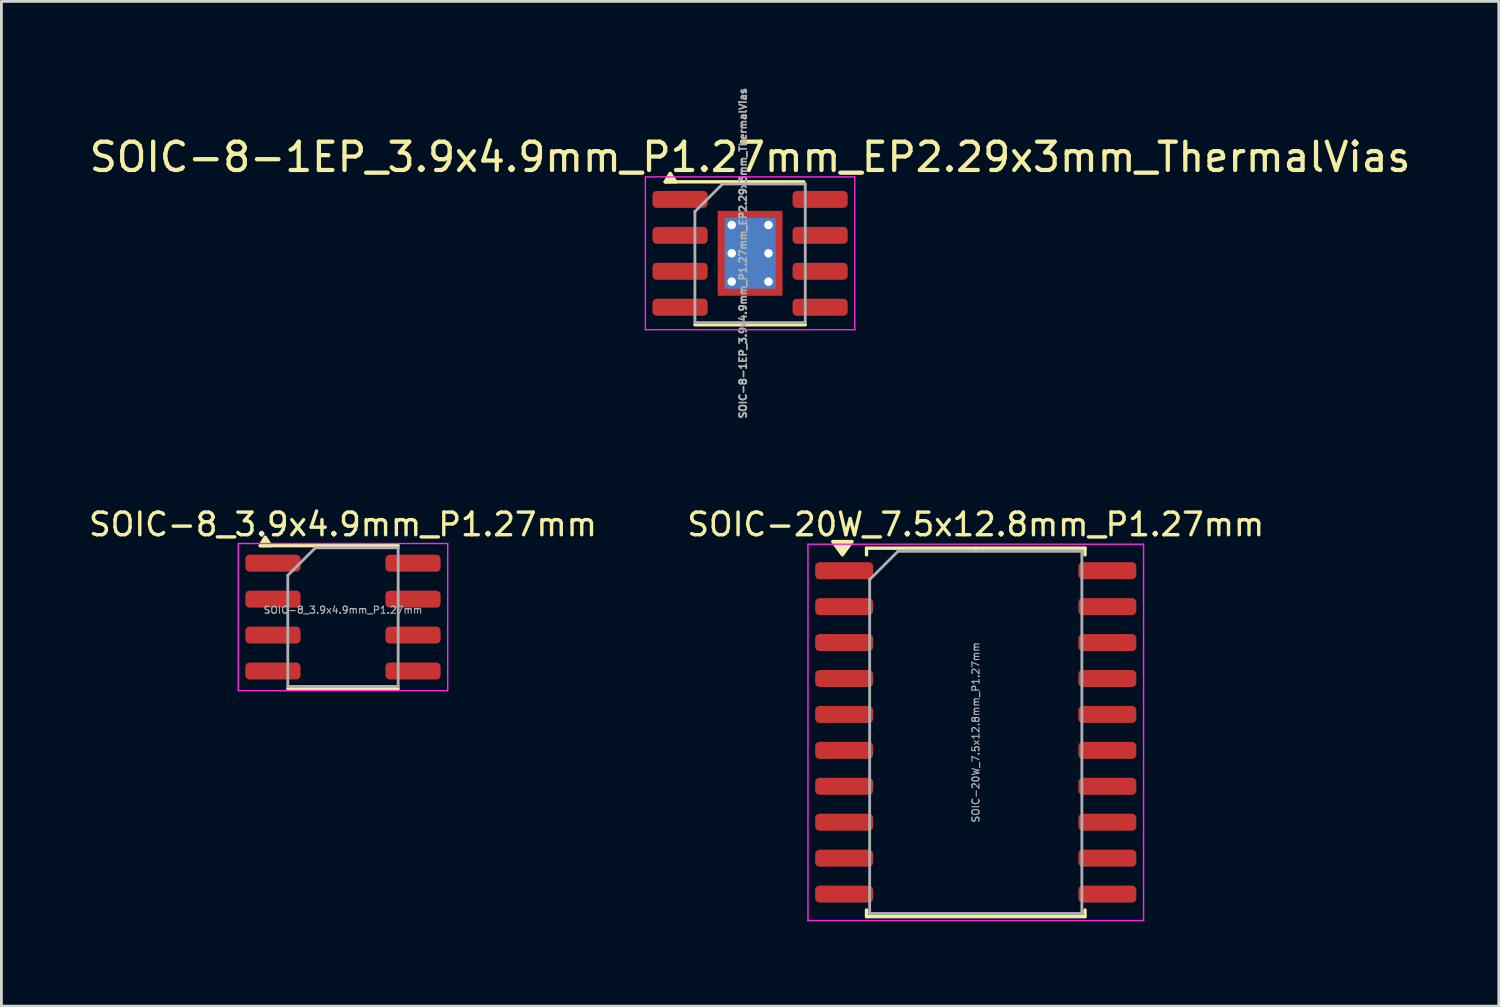
<source format=kicad_pcb>
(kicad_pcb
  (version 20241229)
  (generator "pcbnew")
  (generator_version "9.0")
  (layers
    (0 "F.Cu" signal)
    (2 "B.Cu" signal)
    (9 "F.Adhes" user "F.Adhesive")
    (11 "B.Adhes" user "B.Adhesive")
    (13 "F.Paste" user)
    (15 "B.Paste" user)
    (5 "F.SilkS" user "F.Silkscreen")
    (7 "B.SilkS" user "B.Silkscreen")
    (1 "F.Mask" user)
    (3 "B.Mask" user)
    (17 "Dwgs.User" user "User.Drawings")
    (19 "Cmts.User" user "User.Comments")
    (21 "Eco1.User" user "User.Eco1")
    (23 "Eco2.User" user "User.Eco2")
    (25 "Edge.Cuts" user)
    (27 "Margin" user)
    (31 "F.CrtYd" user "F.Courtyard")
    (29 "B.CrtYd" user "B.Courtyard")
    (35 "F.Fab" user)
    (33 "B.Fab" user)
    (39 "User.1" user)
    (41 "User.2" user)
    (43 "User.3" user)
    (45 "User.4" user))
  (footprint "SOIC-20W_7.5x12.8mm_P1.27mm"
    (layer "F.Cu")
    (at 31.433 22.833)
    (property "Reference" "SOIC-20W_7.5x12.8mm_P1.27mm" (at 0 -7.35 0) (layer "F.SilkS") (effects (font (size 0.8 0.8) (thickness 0.12))))
    (attr smd)
    (fp_line (start -3.86 -6.51) (end -3.86 -6.275) (stroke (width 0.12) (type solid)) (layer "F.SilkS"))
    (fp_line (start -3.86 6.51) (end -3.86 6.275) (stroke (width 0.12) (type solid)) (layer "F.SilkS"))
    (fp_line (start 0 -6.51) (end -3.86 -6.51) (stroke (width 0.12) (type solid)) (layer "F.SilkS"))
    (fp_line (start 0 -6.51) (end 3.86 -6.51) (stroke (width 0.12) (type solid)) (layer "F.SilkS"))
    (fp_line (start 0 6.51) (end -3.86 6.51) (stroke (width 0.12) (type solid)) (layer "F.SilkS"))
    (fp_line (start 0 6.51) (end 3.86 6.51) (stroke (width 0.12) (type solid)) (layer "F.SilkS"))
    (fp_line (start 3.86 -6.51) (end 3.86 -6.275) (stroke (width 0.12) (type solid)) (layer "F.SilkS"))
    (fp_line (start 3.86 6.51) (end 3.86 6.275) (stroke (width 0.12) (type solid)) (layer "F.SilkS"))
    (fp_poly (pts (xy -4.713 -6.275) (xy -5.053 -6.745) (xy -4.372 -6.745) (xy -4.713 -6.275)) (stroke (width 0.12) (type solid)) (fill yes) (layer "F.SilkS"))
    (fp_line (start -5.93 -6.65) (end -5.93 6.65) (stroke (width 0.05) (type solid)) (layer "F.CrtYd"))
    (fp_line (start -5.93 6.65) (end 5.93 6.65) (stroke (width 0.05) (type solid)) (layer "F.CrtYd"))
    (fp_line (start 5.93 -6.65) (end -5.93 -6.65) (stroke (width 0.05) (type solid)) (layer "F.CrtYd"))
    (fp_line (start 5.93 6.65) (end 5.93 -6.65) (stroke (width 0.05) (type solid)) (layer "F.CrtYd"))
    (fp_line (start -3.75 -5.4) (end -2.75 -6.4) (stroke (width 0.1) (type solid)) (layer "F.Fab"))
    (fp_line (start -3.75 6.4) (end -3.75 -5.4) (stroke (width 0.1) (type solid)) (layer "F.Fab"))
    (fp_line (start -2.75 -6.4) (end 3.75 -6.4) (stroke (width 0.1) (type solid)) (layer "F.Fab"))
    (fp_line (start 3.75 -6.4) (end 3.75 6.4) (stroke (width 0.1) (type solid)) (layer "F.Fab"))
    (fp_line (start 3.75 6.4) (end -3.75 6.4) (stroke (width 0.1) (type solid)) (layer "F.Fab"))
    (fp_text user "${REFERENCE}" (at 0 0 90) (layer "F.Fab") (effects (font (size 0.25 0.25) (thickness 0.04))))
    (pad "1" smd roundrect (at -4.65 -5.715) (size 2.05 0.6) (layers "F.Cu" "F.Mask" "F.Paste") (roundrect_rratio 0.25))
    (pad "2" smd roundrect (at -4.65 -4.445) (size 2.05 0.6) (layers "F.Cu" "F.Mask" "F.Paste") (roundrect_rratio 0.25))
    (pad "3" smd roundrect (at -4.65 -3.175) (size 2.05 0.6) (layers "F.Cu" "F.Mask" "F.Paste") (roundrect_rratio 0.25))
    (pad "4" smd roundrect (at -4.65 -1.905) (size 2.05 0.6) (layers "F.Cu" "F.Mask" "F.Paste") (roundrect_rratio 0.25))
    (pad "5" smd roundrect (at -4.65 -0.635) (size 2.05 0.6) (layers "F.Cu" "F.Mask" "F.Paste") (roundrect_rratio 0.25))
    (pad "6" smd roundrect (at -4.65 0.635) (size 2.05 0.6) (layers "F.Cu" "F.Mask" "F.Paste") (roundrect_rratio 0.25))
    (pad "7" smd roundrect (at -4.65 1.905) (size 2.05 0.6) (layers "F.Cu" "F.Mask" "F.Paste") (roundrect_rratio 0.25))
    (pad "8" smd roundrect (at -4.65 3.175) (size 2.05 0.6) (layers "F.Cu" "F.Mask" "F.Paste") (roundrect_rratio 0.25))
    (pad "9" smd roundrect (at -4.65 4.445) (size 2.05 0.6) (layers "F.Cu" "F.Mask" "F.Paste") (roundrect_rratio 0.25))
    (pad "10" smd roundrect (at -4.65 5.715) (size 2.05 0.6) (layers "F.Cu" "F.Mask" "F.Paste") (roundrect_rratio 0.25))
    (pad "11" smd roundrect (at 4.65 5.715) (size 2.05 0.6) (layers "F.Cu" "F.Mask" "F.Paste") (roundrect_rratio 0.25))
    (pad "12" smd roundrect (at 4.65 4.445) (size 2.05 0.6) (layers "F.Cu" "F.Mask" "F.Paste") (roundrect_rratio 0.25))
    (pad "13" smd roundrect (at 4.65 3.175) (size 2.05 0.6) (layers "F.Cu" "F.Mask" "F.Paste") (roundrect_rratio 0.25))
    (pad "14" smd roundrect (at 4.65 1.905) (size 2.05 0.6) (layers "F.Cu" "F.Mask" "F.Paste") (roundrect_rratio 0.25))
    (pad "15" smd roundrect (at 4.65 0.635) (size 2.05 0.6) (layers "F.Cu" "F.Mask" "F.Paste") (roundrect_rratio 0.25))
    (pad "16" smd roundrect (at 4.65 -0.635) (size 2.05 0.6) (layers "F.Cu" "F.Mask" "F.Paste") (roundrect_rratio 0.25))
    (pad "17" smd roundrect (at 4.65 -1.905) (size 2.05 0.6) (layers "F.Cu" "F.Mask" "F.Paste") (roundrect_rratio 0.25))
    (pad "18" smd roundrect (at 4.65 -3.175) (size 2.05 0.6) (layers "F.Cu" "F.Mask" "F.Paste") (roundrect_rratio 0.25))
    (pad "19" smd roundrect (at 4.65 -4.445) (size 2.05 0.6) (layers "F.Cu" "F.Mask" "F.Paste") (roundrect_rratio 0.25))
    (pad "20" smd roundrect (at 4.65 -5.715) (size 2.05 0.6) (layers "F.Cu" "F.Mask" "F.Paste") (roundrect_rratio 0.25)))
  (footprint "SOIC-8_3.9x4.9mm_P1.27mm"
    (layer "F.Cu")
    (at 9.071 18.758)
    (property "Reference" "SOIC-8_3.9x4.9mm_P1.27mm" (at 0 -3.275 0) (layer "F.SilkS") (effects (font (size 0.8 0.8) (thickness 0.12))))
    (attr smd)
    (fp_line (start -1.95 2.525) (end 1.95 2.525) (stroke (width 0.12) (type solid)) (layer "F.SilkS"))
    (fp_line (start 0 -2.525) (end -2.925 -2.525) (stroke (width 0.12) (type solid)) (layer "F.SilkS"))
    (fp_line (start 0 -2.525) (end 1.95 -2.525) (stroke (width 0.12) (type solid)) (layer "F.SilkS"))
    (fp_poly (pts (xy -2.925 -2.525) (xy -2.75 -2.825) (xy -2.55 -2.525)) (stroke (width 0.12) (type solid)) (fill yes) (layer "F.SilkS"))
    (fp_line (start -3.7 -2.6) (end -3.7 2.6) (stroke (width 0.05) (type solid)) (layer "F.CrtYd"))
    (fp_line (start -3.7 2.6) (end 3.7 2.6) (stroke (width 0.05) (type solid)) (layer "F.CrtYd"))
    (fp_line (start 3.7 -2.6) (end -3.7 -2.6) (stroke (width 0.05) (type solid)) (layer "F.CrtYd"))
    (fp_line (start 3.7 2.6) (end 3.7 -2.6) (stroke (width 0.05) (type solid)) (layer "F.CrtYd"))
    (fp_line (start -1.95 -1.475) (end -0.975 -2.45) (stroke (width 0.1) (type solid)) (layer "F.Fab"))
    (fp_line (start -1.95 2.45) (end -1.95 -1.475) (stroke (width 0.1) (type solid)) (layer "F.Fab"))
    (fp_line (start -0.975 -2.45) (end 1.95 -2.45) (stroke (width 0.1) (type solid)) (layer "F.Fab"))
    (fp_line (start 1.95 -2.45) (end 1.95 2.45) (stroke (width 0.1) (type solid)) (layer "F.Fab"))
    (fp_line (start 1.95 2.45) (end -1.95 2.45) (stroke (width 0.1) (type solid)) (layer "F.Fab"))
    (fp_text user "${REFERENCE}" (at 0 -0.25 0) (layer "F.Fab") (effects (font (size 0.25 0.25) (thickness 0.04))))
    (pad "1" smd roundrect (at -2.475 -1.905) (size 1.95 0.6) (layers "F.Cu" "F.Mask" "F.Paste") (roundrect_rratio 0.25))
    (pad "2" smd roundrect (at -2.475 -0.635) (size 1.95 0.6) (layers "F.Cu" "F.Mask" "F.Paste") (roundrect_rratio 0.25))
    (pad "3" smd roundrect (at -2.475 0.635) (size 1.95 0.6) (layers "F.Cu" "F.Mask" "F.Paste") (roundrect_rratio 0.25))
    (pad "4" smd roundrect (at -2.475 1.905) (size 1.95 0.6) (layers "F.Cu" "F.Mask" "F.Paste") (roundrect_rratio 0.25))
    (pad "5" smd roundrect (at 2.475 1.905) (size 1.95 0.6) (layers "F.Cu" "F.Mask" "F.Paste") (roundrect_rratio 0.25))
    (pad "6" smd roundrect (at 2.475 0.635) (size 1.95 0.6) (layers "F.Cu" "F.Mask" "F.Paste") (roundrect_rratio 0.25))
    (pad "7" smd roundrect (at 2.475 -0.635) (size 1.95 0.6) (layers "F.Cu" "F.Mask" "F.Paste") (roundrect_rratio 0.25))
    (pad "8" smd roundrect (at 2.475 -1.905) (size 1.95 0.6) (layers "F.Cu" "F.Mask" "F.Paste") (roundrect_rratio 0.25)))
  (footprint "SOIC-8-1EP_3.9x4.9mm_P1.27mm_EP2.29x3mm_ThermalVias"
    (layer "F.Cu")
    (at 23.458 5.902)
    (property "Reference" "SOIC-8-1EP_3.9x4.9mm_P1.27mm_EP2.29x3mm_ThermalVias" (at 0 -3.4 0) (layer "F.SilkS") (effects (font (size 1 1) (thickness 0.15))))
    (attr smd)
    (fp_line (start -3 -2.525) (end 1.9 -2.525) (stroke (width 0.12) (type solid)) (layer "F.SilkS"))
    (fp_line (start 1.95 2.525) (end -1.95 2.525) (stroke (width 0.12) (type solid)) (layer "F.SilkS"))
    (fp_poly (pts (xy -3 -2.525) (xy -2.825 -2.825) (xy -2.625 -2.525)) (stroke (width 0.12) (type solid)) (fill yes) (layer "F.SilkS"))
    (fp_line (start -3.7 -2.7) (end -3.7 2.7) (stroke (width 0.05) (type solid)) (layer "F.CrtYd"))
    (fp_line (start -3.7 2.7) (end 3.7 2.7) (stroke (width 0.05) (type solid)) (layer "F.CrtYd"))
    (fp_line (start 3.7 -2.7) (end -3.7 -2.7) (stroke (width 0.05) (type solid)) (layer "F.CrtYd"))
    (fp_line (start 3.7 2.7) (end 3.7 -2.7) (stroke (width 0.05) (type solid)) (layer "F.CrtYd"))
    (fp_line (start -1.95 -1.475) (end -0.975 -2.45) (stroke (width 0.1) (type solid)) (layer "F.Fab"))
    (fp_line (start -1.95 2.45) (end -1.95 -1.475) (stroke (width 0.1) (type solid)) (layer "F.Fab"))
    (fp_line (start -0.975 -2.45) (end 1.95 -2.45) (stroke (width 0.1) (type solid)) (layer "F.Fab"))
    (fp_line (start 1.95 -2.45) (end 1.95 2.45) (stroke (width 0.1) (type solid)) (layer "F.Fab"))
    (fp_line (start 1.95 2.45) (end -1.95 2.45) (stroke (width 0.1) (type solid)) (layer "F.Fab"))
    (fp_text user "${REFERENCE}" (at -0.25 0 90) (layer "F.Fab") (effects (font (size 0.25 0.25) (thickness 0.062))))
    (pad "" smd roundrect (at -0.57 -0.75) (size 0.96 1.25) (layers "F.Paste") (roundrect_rratio 0.25))
    (pad "" smd roundrect (at -0.57 0.75) (size 0.96 1.25) (layers "F.Paste") (roundrect_rratio 0.25))
    (pad "" smd roundrect (at 0.57 -0.75) (size 0.96 1.25) (layers "F.Paste") (roundrect_rratio 0.25))
    (pad "" smd roundrect (at 0.57 0.75) (size 0.96 1.25) (layers "F.Paste") (roundrect_rratio 0.25))
    (pad "1" smd roundrect (at -2.475 -1.905) (size 1.95 0.6) (layers "F.Cu" "F.Mask" "F.Paste") (roundrect_rratio 0.25))
    (pad "2" smd roundrect (at -2.475 -0.635) (size 1.95 0.6) (layers "F.Cu" "F.Mask" "F.Paste") (roundrect_rratio 0.25))
    (pad "3" smd roundrect (at -2.475 0.635) (size 1.95 0.6) (layers "F.Cu" "F.Mask" "F.Paste") (roundrect_rratio 0.25))
    (pad "4" smd roundrect (at -2.475 1.905) (size 1.95 0.6) (layers "F.Cu" "F.Mask" "F.Paste") (roundrect_rratio 0.25))
    (pad "5" smd roundrect (at 2.475 1.905) (size 1.95 0.6) (layers "F.Cu" "F.Mask" "F.Paste") (roundrect_rratio 0.25))
    (pad "6" smd roundrect (at 2.475 0.635) (size 1.95 0.6) (layers "F.Cu" "F.Mask" "F.Paste") (roundrect_rratio 0.25))
    (pad "7" smd roundrect (at 2.475 -0.635) (size 1.95 0.6) (layers "F.Cu" "F.Mask" "F.Paste") (roundrect_rratio 0.25))
    (pad "8" smd roundrect (at 2.475 -1.905) (size 1.95 0.6) (layers "F.Cu" "F.Mask" "F.Paste") (roundrect_rratio 0.25))
    (pad "9" thru_hole circle (at -0.65 -1) (size 0.5 0.5) (drill 0.3) (layers "*.Cu"))
    (pad "9" thru_hole circle (at -0.65 0) (size 0.5 0.5) (drill 0.3) (layers "*.Cu"))
    (pad "9" thru_hole circle (at -0.65 1) (size 0.5 0.5) (drill 0.3) (layers "*.Cu"))
    (pad "9" smd rect (at 0 0) (size 1.8 2.5) (layers "B.Cu"))
    (pad "9" smd rect (at 0 0) (size 2.29 3) (layers "F.Cu" "F.Mask"))
    (pad "9" thru_hole circle (at 0.65 -1) (size 0.5 0.5) (drill 0.3) (layers "*.Cu"))
    (pad "9" thru_hole circle (at 0.65 0) (size 0.5 0.5) (drill 0.3) (layers "*.Cu"))
    (pad "9" thru_hole circle (at 0.65 1) (size 0.5 0.5) (drill 0.3) (layers "*.Cu")))
  (gr_rect
    (start -3 -3)
    (end 49.917 32.508)
    (stroke (width 0.1) (type default))
    (fill no)
    (layer "Edge.Cuts")))
</source>
